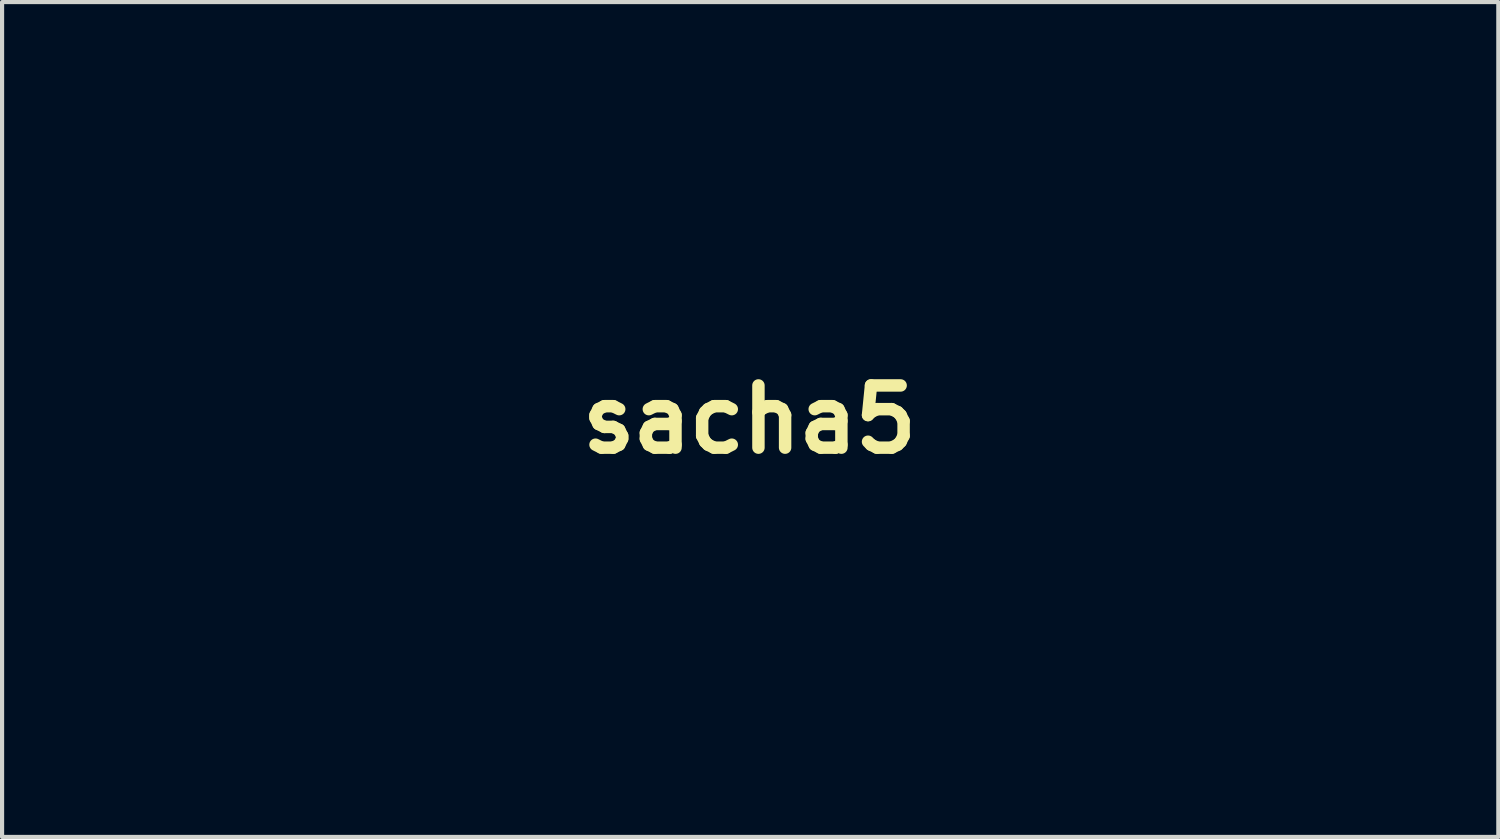
<source format=kicad_pcb>
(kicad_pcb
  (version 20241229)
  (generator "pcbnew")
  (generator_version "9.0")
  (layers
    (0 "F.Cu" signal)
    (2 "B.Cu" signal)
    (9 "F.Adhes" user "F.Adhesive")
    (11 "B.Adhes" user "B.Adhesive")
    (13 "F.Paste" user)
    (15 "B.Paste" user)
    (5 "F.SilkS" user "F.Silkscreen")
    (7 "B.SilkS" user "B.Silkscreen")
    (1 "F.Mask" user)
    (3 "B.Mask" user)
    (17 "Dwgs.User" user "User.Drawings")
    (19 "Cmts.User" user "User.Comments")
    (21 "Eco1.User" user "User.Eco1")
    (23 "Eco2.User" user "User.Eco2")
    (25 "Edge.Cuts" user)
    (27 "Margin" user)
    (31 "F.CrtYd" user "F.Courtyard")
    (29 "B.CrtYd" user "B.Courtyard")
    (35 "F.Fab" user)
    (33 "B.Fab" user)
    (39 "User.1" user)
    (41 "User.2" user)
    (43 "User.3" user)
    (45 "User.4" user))
  (footprint "sacha5"
    (layer "F.Cu")
    (at 15.024 7.066)
    (property "Reference" "sacha5" (at 0 0 0) (layer "F.SilkS") (effects (font (size 1.5 1.5) (thickness 0.3))))
    (attr board_only exclude_from_pos_files exclude_from_bom)
    (fp_poly (pts (xy -12.827 -4.759) (xy -12.843 -4.743) (xy -12.859 -4.759) (xy -12.843 -4.774)) (stroke (width 0) (type solid)) (fill yes) (layer "F.Mask"))
    (fp_poly (pts (xy -12.7 -1.448) (xy -12.716 -1.432) (xy -12.732 -1.448) (xy -12.716 -1.464)) (stroke (width 0) (type solid)) (fill yes) (layer "F.Mask"))
    (fp_poly (pts (xy -11.077 -0.78) (xy -11.093 -0.764) (xy -11.109 -0.78) (xy -11.093 -0.796)) (stroke (width 0) (type solid)) (fill yes) (layer "F.Mask"))
    (fp_poly (pts (xy -10.727 -2.308) (xy -10.742 -2.292) (xy -10.758 -2.308) (xy -10.742 -2.324)) (stroke (width 0) (type solid)) (fill yes) (layer "F.Mask"))
    (fp_poly (pts (xy -10.695 -2.371) (xy -10.711 -2.355) (xy -10.727 -2.371) (xy -10.711 -2.387)) (stroke (width 0) (type solid)) (fill yes) (layer "F.Mask"))
    (fp_poly (pts (xy -10.281 -5.013) (xy -10.297 -4.997) (xy -10.313 -5.013) (xy -10.297 -5.029)) (stroke (width 0) (type solid)) (fill yes) (layer "F.Mask"))
    (fp_poly (pts (xy -10.185 -2.881) (xy -10.201 -2.865) (xy -10.217 -2.881) (xy -10.201 -2.896)) (stroke (width 0) (type solid)) (fill yes) (layer "F.Mask"))
    (fp_poly (pts (xy -5.316 -2.69) (xy -5.331 -2.674) (xy -5.347 -2.69) (xy -5.331 -2.706)) (stroke (width 0) (type solid)) (fill yes) (layer "F.Mask"))
    (fp_poly (pts (xy -5.284 -1.735) (xy -5.3 -1.719) (xy -5.316 -1.735) (xy -5.3 -1.751)) (stroke (width 0) (type solid)) (fill yes) (layer "F.Mask"))
    (fp_poly (pts (xy -5.22 -2.276) (xy -5.236 -2.26) (xy -5.252 -2.276) (xy -5.236 -2.292)) (stroke (width 0) (type solid)) (fill yes) (layer "F.Mask"))
    (fp_poly (pts (xy -5.188 -3.39) (xy -5.204 -3.374) (xy -5.22 -3.39) (xy -5.204 -3.406)) (stroke (width 0) (type solid)) (fill yes) (layer "F.Mask"))
    (fp_poly (pts (xy -5.093 -3.454) (xy -5.109 -3.438) (xy -5.125 -3.454) (xy -5.109 -3.469)) (stroke (width 0) (type solid)) (fill yes) (layer "F.Mask"))
    (fp_poly (pts (xy -4.934 -1.958) (xy -4.949 -1.942) (xy -4.965 -1.958) (xy -4.949 -1.973)) (stroke (width 0) (type solid)) (fill yes) (layer "F.Mask"))
    (fp_poly (pts (xy -4.934 -1.098) (xy -4.949 -1.082) (xy -4.965 -1.098) (xy -4.949 -1.114)) (stroke (width 0) (type solid)) (fill yes) (layer "F.Mask"))
    (fp_poly (pts (xy -2.737 -1.416) (xy -2.753 -1.401) (xy -2.769 -1.416) (xy -2.753 -1.432)) (stroke (width 0) (type solid)) (fill yes) (layer "F.Mask"))
    (fp_poly (pts (xy -2.419 -0.716) (xy -2.435 -0.7) (xy -2.451 -0.716) (xy -2.435 -0.732)) (stroke (width 0) (type solid)) (fill yes) (layer "F.Mask"))
    (fp_poly (pts (xy -2.228 -1.894) (xy -2.244 -1.878) (xy -2.26 -1.894) (xy -2.244 -1.91)) (stroke (width 0) (type solid)) (fill yes) (layer "F.Mask"))
    (fp_poly (pts (xy -1.496 -2.18) (xy -1.512 -2.164) (xy -1.528 -2.18) (xy -1.512 -2.196)) (stroke (width 0) (type solid)) (fill yes) (layer "F.Mask"))
    (fp_poly (pts (xy 1.05 -3.517) (xy 1.034 -3.501) (xy 1.019 -3.517) (xy 1.034 -3.533)) (stroke (width 0) (type solid)) (fill yes) (layer "F.Mask"))
    (fp_poly (pts (xy 1.337 -1.448) (xy 1.321 -1.432) (xy 1.305 -1.448) (xy 1.321 -1.464)) (stroke (width 0) (type solid)) (fill yes) (layer "F.Mask"))
    (fp_poly (pts (xy 1.432 -1.194) (xy 1.416 -1.178) (xy 1.401 -1.194) (xy 1.416 -1.21)) (stroke (width 0) (type solid)) (fill yes) (layer "F.Mask"))
    (fp_poly (pts (xy 1.496 -3.517) (xy 1.48 -3.501) (xy 1.464 -3.517) (xy 1.48 -3.533)) (stroke (width 0) (type solid)) (fill yes) (layer "F.Mask"))
    (fp_poly (pts (xy 2.865 -3.835) (xy 2.849 -3.82) (xy 2.833 -3.835) (xy 2.849 -3.851)) (stroke (width 0) (type solid)) (fill yes) (layer "F.Mask"))
    (fp_poly (pts (xy 3.215 -3.867) (xy 3.199 -3.851) (xy 3.183 -3.867) (xy 3.199 -3.883)) (stroke (width 0) (type solid)) (fill yes) (layer "F.Mask"))
    (fp_poly (pts (xy 5.443 -1.767) (xy 5.427 -1.751) (xy 5.411 -1.767) (xy 5.427 -1.782)) (stroke (width 0) (type solid)) (fill yes) (layer "F.Mask"))
    (fp_poly (pts (xy 5.507 -1.735) (xy 5.491 -1.719) (xy 5.475 -1.735) (xy 5.491 -1.751)) (stroke (width 0) (type solid)) (fill yes) (layer "F.Mask"))
    (fp_poly (pts (xy -10.292 -3.745) (xy -10.288 -3.708) (xy -10.292 -3.703) (xy -10.31 -3.707) (xy -10.313 -3.724) (xy -10.301 -3.75)) (stroke (width 0) (type solid)) (fill yes) (layer "F.Mask"))
    (fp_poly (pts (xy -5.39 -1.708) (xy -5.386 -1.67) (xy -5.39 -1.666) (xy -5.409 -1.67) (xy -5.411 -1.687) (xy -5.399 -1.713)) (stroke (width 0) (type solid)) (fill yes) (layer "F.Mask"))
    (fp_poly (pts (xy -2.684 -1.549) (xy -2.68 -1.511) (xy -2.684 -1.507) (xy -2.703 -1.511) (xy -2.706 -1.528) (xy -2.694 -1.554)) (stroke (width 0) (type solid)) (fill yes) (layer "F.Mask"))
    (fp_poly (pts (xy -2.207 -0.403) (xy -2.203 -0.365) (xy -2.207 -0.361) (xy -2.226 -0.365) (xy -2.228 -0.382) (xy -2.216 -0.408)) (stroke (width 0) (type solid)) (fill yes) (layer "F.Mask"))
    (fp_poly (pts (xy -1.824 -0.452) (xy -1.821 -0.402) (xy -1.827 -0.391) (xy -1.841 -0.4) (xy -1.844 -0.432) (xy -1.836 -0.466)) (stroke (width 0) (type solid)) (fill yes) (layer "F.Mask"))
    (fp_poly (pts (xy -1.761 4.371) (xy -1.766 4.39) (xy -1.782 4.392) (xy -1.809 4.381) (xy -1.804 4.371) (xy -1.766 4.367)) (stroke (width 0) (type solid)) (fill yes) (layer "F.Mask"))
    (fp_poly (pts (xy -1.284 -2.122) (xy -1.28 -2.084) (xy -1.284 -2.08) (xy -1.303 -2.084) (xy -1.305 -2.101) (xy -1.293 -2.127)) (stroke (width 0) (type solid)) (fill yes) (layer "F.Mask"))
    (fp_poly (pts (xy -0.106 -0.276) (xy -0.102 -0.238) (xy -0.106 -0.233) (xy -0.125 -0.238) (xy -0.127 -0.255) (xy -0.116 -0.281)) (stroke (width 0) (type solid)) (fill yes) (layer "F.Mask"))
    (fp_poly (pts (xy 1.199 -0.993) (xy 1.203 -0.943) (xy 1.197 -0.932) (xy 1.182 -0.941) (xy 1.18 -0.973) (xy 1.188 -1.007)) (stroke (width 0) (type solid)) (fill yes) (layer "F.Mask"))
    (fp_poly (pts (xy 1.263 -1.279) (xy 1.267 -1.229) (xy 1.261 -1.218) (xy 1.246 -1.228) (xy 1.244 -1.26) (xy 1.252 -1.294)) (stroke (width 0) (type solid)) (fill yes) (layer "F.Mask"))
    (fp_poly (pts (xy 4.448 -3.17) (xy 4.438 -3.156) (xy 4.406 -3.154) (xy 4.372 -3.161) (xy 4.387 -3.173) (xy 4.436 -3.177)) (stroke (width 0) (type solid)) (fill yes) (layer "F.Mask"))
    (fp_poly (pts (xy 4.923 -2.408) (xy 4.919 -2.39) (xy 4.902 -2.387) (xy 4.876 -2.399) (xy 4.881 -2.408) (xy 4.918 -2.412)) (stroke (width 0) (type solid)) (fill yes) (layer "F.Mask"))
    (fp_poly (pts (xy 5.4 -1.867) (xy 5.396 -1.848) (xy 5.379 -1.846) (xy 5.353 -1.858) (xy 5.358 -1.867) (xy 5.396 -1.871)) (stroke (width 0) (type solid)) (fill yes) (layer "F.Mask"))
    (fp_poly (pts (xy -10.935 -0.999) (xy -10.89 -0.973) (xy -10.898 -0.957) (xy -10.916 -0.955) (xy -10.959 -0.978) (xy -10.965 -0.986) (xy -10.96 -1.004)) (stroke (width 0) (type solid)) (fill yes) (layer "F.Mask"))
    (fp_poly (pts (xy -5.421 -1.352) (xy -5.439 -1.328) (xy -5.466 -1.308) (xy -5.459 -1.34) (xy -5.457 -1.346) (xy -5.432 -1.385) (xy -5.417 -1.385)) (stroke (width 0) (type solid)) (fill yes) (layer "F.Mask"))
    (fp_poly (pts (xy -5.134 -3.221) (xy -5.113 -3.178) (xy -5.119 -3.16) (xy -5.148 -3.146) (xy -5.182 -3.184) (xy -5.202 -3.235) (xy -5.177 -3.243)) (stroke (width 0) (type solid)) (fill yes) (layer "F.Mask"))
    (fp_poly (pts (xy -4.047 -1.706) (xy -4.013 -1.674) (xy -4.02 -1.655) (xy -4.025 -1.655) (xy -4.051 -1.678) (xy -4.061 -1.692) (xy -4.065 -1.714)) (stroke (width 0) (type solid)) (fill yes) (layer "F.Mask"))
    (fp_poly (pts (xy 1.905 -1.406) (xy 1.919 -1.37) (xy 1.926 -1.314) (xy 1.91 -1.312) (xy 1.889 -1.354) (xy 1.881 -1.405) (xy 1.886 -1.419)) (stroke (width 0) (type solid)) (fill yes) (layer "F.Mask"))
    (fp_poly (pts (xy -10.577 -2.53) (xy -10.595 -2.507) (xy -10.642 -2.457) (xy -10.662 -2.457) (xy -10.663 -2.463) (xy -10.641 -2.489) (xy -10.607 -2.519) (xy -10.57 -2.546)) (stroke (width 0) (type solid)) (fill yes) (layer "F.Mask"))
    (fp_poly (pts (xy 1.577 -1.367) (xy 1.573 -1.357) (xy 1.544 -1.318) (xy 1.51 -1.302) (xy 1.496 -1.317) (xy 1.517 -1.344) (xy 1.544 -1.369) (xy 1.579 -1.393)) (stroke (width 0) (type solid)) (fill yes) (layer "F.Mask"))
    (fp_poly (pts (xy 3.785 -3.878) (xy 3.762 -3.856) (xy 3.756 -3.851) (xy 3.698 -3.823) (xy 3.67 -3.828) (xy 3.676 -3.851) (xy 3.722 -3.879) (xy 3.75 -3.883)) (stroke (width 0) (type solid)) (fill yes) (layer "F.Mask"))
    (fp_poly (pts (xy -10.537 -0.772) (xy -10.504 -0.766) (xy -10.511 -0.751) (xy -10.548 -0.724) (xy -10.589 -0.704) (xy -10.602 -0.701) (xy -10.639 -0.719) (xy -10.642 -0.721) (xy -10.661 -0.76) (xy -10.624 -0.777)) (stroke (width 0) (type solid)) (fill yes) (layer "F.Mask"))
    (fp_poly (pts (xy -5.421 -2.972) (xy -5.411 -2.956) (xy -5.357 -2.908) (xy -5.3 -2.884) (xy -5.24 -2.852) (xy -5.22 -2.816) (xy -5.242 -2.776) (xy -5.298 -2.777) (xy -5.363 -2.812) (xy -5.366 -2.817) (xy -5.284 -2.817) (xy -5.268 -2.801) (xy -5.252 -2.817) (xy -5.268 -2.833) (xy -5.284 -2.817) (xy -5.366 -2.817) (xy -5.414 -2.878) (xy -5.432 -2.932) (xy -5.435 -2.98)) (stroke (width 0) (type solid)) (fill yes) (layer "F.Mask"))
    (fp_poly (pts (xy 4.011 -3.975) (xy 4.106 -3.963) (xy 4.17 -3.947) (xy 4.249 -3.921) (xy 4.162 -3.918) (xy 4.098 -3.906) (xy 4.074 -3.883) (xy 4.046 -3.863) (xy 3.976 -3.854) (xy 3.955 -3.854) (xy 3.889 -3.859) (xy 3.869 -3.869) (xy 3.875 -3.873) (xy 3.902 -3.902) (xy 3.899 -3.915) (xy 3.912 -3.929) (xy 3.955 -3.925) (xy 4.001 -3.919) (xy 3.991 -3.935) (xy 3.979 -3.944) (xy 3.954 -3.968) (xy 3.985 -3.975)) (stroke (width 0) (type solid)) (fill yes) (layer "F.Mask"))
    (fp_poly (pts (xy -10.439 -4.997) (xy -10.386 -4.984) (xy -10.366 -5.005) (xy -10.356 -5.002) (xy -10.349 -4.948) (xy -10.347 -4.908) (xy -10.352 -4.823) (xy -10.368 -4.789) (xy -10.376 -4.79) (xy -10.406 -4.79) (xy -10.408 -4.78) (xy -10.397 -4.728) (xy -10.37 -4.639) (xy -10.333 -4.537) (xy -10.296 -4.444) (xy -10.275 -4.4) (xy -10.255 -4.328) (xy -10.271 -4.294) (xy -10.288 -4.235) (xy -10.278 -4.123) (xy -10.276 -4.112) (xy -10.263 -3.997) (xy -10.266 -3.893) (xy -10.283 -3.818) (xy -10.312 -3.788) (xy -10.313 -3.788) (xy -10.346 -3.811) (xy -10.402 -3.869) (xy -10.435 -3.909) (xy -10.503 -4.004) (xy -10.56 -4.097) (xy -10.573 -4.124) (xy -10.619 -4.214) (xy -10.679 -4.314) (xy -10.687 -4.326) (xy -10.726 -4.398) (xy -10.735 -4.446) (xy -10.73 -4.454) (xy -10.698 -4.503) (xy -10.67 -4.599) (xy -10.647 -4.726) (xy -10.634 -4.869) (xy -10.633 -4.896) (xy -10.622 -4.945) (xy -10.603 -4.952) (xy -10.562 -4.958) (xy -10.536 -4.981) (xy -10.484 -5.011)) (stroke (width 0) (type solid)) (fill yes) (layer "F.Mask"))
    (fp_poly (pts (xy -5.041 -2.047) (xy -5.006 -2.005) (xy -5.008 -1.969) (xy -5.003 -1.921) (xy -4.964 -1.91) (xy -4.904 -1.894) (xy -4.886 -1.877) (xy -4.846 -1.861) (xy -4.831 -1.866) (xy -4.812 -1.868) (xy -4.819 -1.851) (xy -4.815 -1.81) (xy -4.792 -1.795) (xy -4.753 -1.757) (xy -4.744 -1.703) (xy -4.766 -1.662) (xy -4.79 -1.655) (xy -4.833 -1.638) (xy -4.838 -1.624) (xy -4.811 -1.602) (xy -4.766 -1.6) (xy -4.726 -1.599) (xy -4.707 -1.579) (xy -4.708 -1.527) (xy -4.728 -1.433) (xy -4.747 -1.358) (xy -4.771 -1.285) (xy -4.792 -1.252) (xy -4.797 -1.253) (xy -4.835 -1.255) (xy -4.873 -1.239) (xy -4.915 -1.224) (xy -4.916 -1.25) (xy -4.914 -1.256) (xy -4.887 -1.296) (xy -4.875 -1.3) (xy -4.816 -1.306) (xy -4.79 -1.353) (xy -4.787 -1.423) (xy -4.807 -1.53) (xy -4.867 -1.613) (xy -4.963 -1.681) (xy -5.022 -1.704) (xy -5.058 -1.7) (xy -5.057 -1.677) (xy -5.029 -1.655) (xy -4.999 -1.622) (xy -5.003 -1.607) (xy -5.046 -1.599) (xy -5.094 -1.634) (xy -5.132 -1.695) (xy -5.144 -1.755) (xy -5.134 -1.82) (xy -5.115 -1.846) (xy -5.115 -1.846) (xy -5.061 -1.846) (xy -5.037 -1.815) (xy -5.029 -1.814) (xy -4.998 -1.839) (xy -4.997 -1.846) (xy -5.021 -1.877) (xy -5.029 -1.878) (xy -5.06 -1.854) (xy -5.061 -1.846) (xy -5.115 -1.846) (xy -5.103 -1.866) (xy -5.109 -1.878) (xy -5.146 -1.908) (xy -5.177 -1.898) (xy -5.18 -1.871) (xy -5.201 -1.838) (xy -5.252 -1.821) (xy -5.297 -1.817) (xy -5.299 -1.83) (xy -5.254 -1.867) (xy -5.222 -1.891) (xy -5.148 -1.942) (xy -5.094 -1.971) (xy -5.083 -1.973) (xy -5.067 -1.997) (xy -5.072 -2.02) (xy -5.071 -2.052)) (stroke (width 0) (type solid)) (fill yes) (layer "F.Mask"))
    (fp_poly (pts (xy -6.772 -1.532) (xy -6.703 -1.516) (xy -6.632 -1.492) (xy -6.527 -1.458) (xy -6.44 -1.437) (xy -6.405 -1.432) (xy -6.341 -1.405) (xy -6.277 -1.336) (xy -6.227 -1.245) (xy -6.207 -1.155) (xy -6.207 -1.153) (xy -6.221 -1.072) (xy -6.258 -0.966) (xy -6.286 -0.905) (xy -6.331 -0.807) (xy -6.36 -0.726) (xy -6.366 -0.694) (xy -6.396 -0.617) (xy -6.481 -0.539) (xy -6.611 -0.463) (xy -6.779 -0.395) (xy -6.974 -0.339) (xy -7.028 -0.327) (xy -7.174 -0.303) (xy -7.263 -0.3) (xy -7.295 -0.312) (xy -7.347 -0.324) (xy -7.446 -0.301) (xy -7.473 -0.292) (xy -7.567 -0.264) (xy -7.621 -0.263) (xy -7.629 -0.271) (xy -7.66 -0.338) (xy -7.703 -0.361) (xy -7.772 -0.346) (xy -7.832 -0.321) (xy -7.922 -0.285) (xy -7.976 -0.278) (xy -8.015 -0.297) (xy -8.021 -0.302) (xy -8.08 -0.329) (xy -8.128 -0.312) (xy -8.185 -0.296) (xy -8.212 -0.318) (xy -8.236 -0.341) (xy -8.25 -0.317) (xy -8.291 -0.284) (xy -8.376 -0.267) (xy -8.486 -0.264) (xy -8.604 -0.277) (xy -8.711 -0.304) (xy -8.743 -0.318) (xy -8.874 -0.399) (xy -8.899 -0.43) (xy -7.735 -0.43) (xy -7.719 -0.414) (xy -7.703 -0.43) (xy -7.719 -0.446) (xy -7.735 -0.43) (xy -8.899 -0.43) (xy -8.957 -0.501) (xy -8.999 -0.636) (xy -9.008 -0.775) (xy -9.003 -0.884) (xy -8.991 -0.967) (xy -8.976 -1.003) (xy -8.949 -1.048) (xy -8.944 -1.08) (xy -8.917 -1.134) (xy -8.876 -1.156) (xy -8.809 -1.153) (xy -8.733 -1.123) (xy -8.674 -1.079) (xy -8.658 -1.045) (xy -8.637 -1.03) (xy -8.622 -1.037) (xy -8.569 -1.052) (xy -8.482 -1.064) (xy -8.455 -1.066) (xy -8.26 -1.082) (xy -8.092 -1.103) (xy -7.961 -1.127) (xy -7.879 -1.153) (xy -7.862 -1.163) (xy -7.796 -1.201) (xy -7.719 -1.228) (xy -7.636 -1.257) (xy -7.528 -1.305) (xy -7.462 -1.338) (xy -7.349 -1.39) (xy -7.203 -1.443) (xy -7.057 -1.486) (xy -7.05 -1.488) (xy -6.925 -1.518) (xy -6.839 -1.533)) (stroke (width 0) (type solid)) (fill yes) (layer "F.Mask"))
    (fp_poly (pts (xy 15.055 -3.469) (xy 15.055 -2.997) (xy 15.055 -2.542) (xy 15.054 -2.11) (xy 15.053 -1.703) (xy 15.052 -1.327) (xy 15.051 -0.985) (xy 15.05 -0.682) (xy 15.048 -0.42) (xy 15.046 -0.205) (xy 15.044 -0.04) (xy 15.042 0.071) (xy 15.04 0.123) (xy 15.039 0.127) (xy 15.025 0.101) (xy 15.024 0.081) (xy 14.999 0.025) (xy 14.981 0.01) (xy 14.941 -0.029) (xy 14.881 -0.103) (xy 14.817 -0.191) (xy 14.703 -0.351) (xy 14.608 -0.473) (xy 14.518 -0.57) (xy 14.417 -0.658) (xy 14.292 -0.753) (xy 14.255 -0.779) (xy 14.084 -0.902) (xy 13.945 -1.006) (xy 13.817 -1.109) (xy 13.679 -1.225) (xy 13.595 -1.298) (xy 13.491 -1.385) (xy 13.389 -1.463) (xy 13.318 -1.512) (xy 13.195 -1.592) (xy 13.036 -1.702) (xy 12.854 -1.834) (xy 12.664 -1.977) (xy 12.477 -2.121) (xy 12.381 -2.198) (xy 12.148 -2.396) (xy 11.956 -2.581) (xy 11.809 -2.747) (xy 11.712 -2.89) (xy 11.698 -2.917) (xy 11.586 -3.119) (xy 11.434 -3.339) (xy 11.254 -3.561) (xy 11.074 -3.753) (xy 10.969 -3.834) (xy 10.817 -3.921) (xy 10.631 -4.007) (xy 10.426 -4.087) (xy 10.217 -4.153) (xy 10.2 -4.157) (xy 9.843 -4.227) (xy 9.446 -4.26) (xy 9.018 -4.255) (xy 8.769 -4.235) (xy 8.529 -4.216) (xy 8.332 -4.216) (xy 8.158 -4.239) (xy 7.99 -4.288) (xy 7.807 -4.365) (xy 7.753 -4.391) (xy 7.61 -4.453) (xy 7.431 -4.521) (xy 7.245 -4.583) (xy 7.137 -4.615) (xy 6.967 -4.666) (xy 6.794 -4.723) (xy 6.643 -4.778) (xy 6.564 -4.811) (xy 6.405 -4.88) (xy 6.249 -4.94) (xy 6.11 -4.989) (xy 6.002 -5.02) (xy 5.949 -5.028) (xy 5.839 -5.048) (xy 5.686 -5.103) (xy 5.5 -5.189) (xy 5.29 -5.3) (xy 5.062 -5.433) (xy 4.827 -5.584) (xy 4.727 -5.652) (xy 4.639 -5.708) (xy 4.537 -5.761) (xy 4.414 -5.815) (xy 4.26 -5.872) (xy 4.066 -5.936) (xy 3.825 -6.011) (xy 3.644 -6.065) (xy 3.481 -6.119) (xy 3.293 -6.189) (xy 3.113 -6.263) (xy 3.056 -6.288) (xy 2.816 -6.385) (xy 2.526 -6.483) (xy 2.197 -6.577) (xy 1.894 -6.651) (xy 1.774 -6.685) (xy 1.659 -6.728) (xy 1.623 -6.744) (xy 1.522 -6.787) (xy 1.4 -6.828) (xy 1.356 -6.84) (xy 1.231 -6.864) (xy 1.061 -6.887) (xy 0.864 -6.908) (xy 0.659 -6.925) (xy 0.464 -6.937) (xy 0.297 -6.941) (xy 0.223 -6.94) (xy 0.011 -6.933) (xy -0.235 -6.931) (xy -0.506 -6.931) (xy -0.794 -6.935) (xy -1.089 -6.941) (xy -1.382 -6.95) (xy -1.664 -6.961) (xy -1.926 -6.974) (xy -2.158 -6.988) (xy -2.353 -7.004) (xy -2.5 -7.02) (xy -2.578 -7.034) (xy -2.556 -7.036) (xy -2.473 -7.038) (xy -2.331 -7.04) (xy -2.134 -7.042) (xy -1.882 -7.044) (xy -1.579 -7.046) (xy -1.228 -7.048) (xy -0.831 -7.05) (xy -0.39 -7.052) (xy 0.092 -7.053) (xy 0.612 -7.055) (xy 1.169 -7.056) (xy 1.759 -7.058) (xy 2.38 -7.059) (xy 3.03 -7.06) (xy 3.705 -7.061) (xy 4.405 -7.062) (xy 5.125 -7.062) (xy 5.863 -7.063) (xy 6.183 -7.063) (xy 15.055 -7.066)) (stroke (width 0) (type solid)) (fill yes) (layer "F.Mask"))
    (fp_poly (pts (xy 2.968 -3.863) (xy 2.928 -3.814) (xy 2.865 -3.752) (xy 2.721 -3.622) (xy 2.855 -3.689) (xy 2.95 -3.732) (xy 3.014 -3.752) (xy 3.038 -3.75) (xy 3.015 -3.724) (xy 2.968 -3.693) (xy 2.901 -3.647) (xy 2.866 -3.614) (xy 2.865 -3.61) (xy 2.891 -3.599) (xy 2.956 -3.607) (xy 3.04 -3.627) (xy 3.121 -3.656) (xy 3.169 -3.68) (xy 3.23 -3.706) (xy 3.259 -3.697) (xy 3.251 -3.663) (xy 3.226 -3.647) (xy 3.19 -3.622) (xy 3.191 -3.61) (xy 3.228 -3.611) (xy 3.297 -3.638) (xy 3.315 -3.647) (xy 3.407 -3.676) (xy 3.539 -3.697) (xy 3.693 -3.708) (xy 3.848 -3.709) (xy 3.986 -3.7) (xy 4.086 -3.679) (xy 4.105 -3.671) (xy 4.195 -3.64) (xy 4.297 -3.624) (xy 4.36 -3.62) (xy 4.362 -3.612) (xy 4.332 -3.605) (xy 4.282 -3.59) (xy 4.291 -3.569) (xy 4.3 -3.563) (xy 4.32 -3.541) (xy 4.282 -3.534) (xy 4.271 -3.534) (xy 4.222 -3.522) (xy 4.217 -3.501) (xy 4.212 -3.473) (xy 4.196 -3.469) (xy 4.185 -3.457) (xy 4.214 -3.429) (xy 4.267 -3.395) (xy 4.326 -3.368) (xy 4.367 -3.357) (xy 4.427 -3.343) (xy 4.446 -3.332) (xy 4.427 -3.321) (xy 4.359 -3.312) (xy 4.254 -3.306) (xy 4.231 -3.306) (xy 4.132 -3.302) (xy 4.079 -3.297) (xy 4.079 -3.29) (xy 4.09 -3.288) (xy 4.202 -3.262) (xy 4.286 -3.221) (xy 4.327 -3.173) (xy 4.329 -3.162) (xy 4.355 -3.127) (xy 4.392 -3.119) (xy 4.444 -3.107) (xy 4.456 -3.09) (xy 4.484 -3.063) (xy 4.55 -3.04) (xy 4.552 -3.04) (xy 4.627 -3.014) (xy 4.642 -2.987) (xy 4.6 -2.966) (xy 4.512 -2.956) (xy 4.447 -2.951) (xy 4.432 -2.942) (xy 4.449 -2.938) (xy 4.497 -2.916) (xy 4.502 -2.894) (xy 4.512 -2.861) (xy 4.542 -2.842) (xy 4.614 -2.801) (xy 4.641 -2.779) (xy 4.703 -2.748) (xy 4.776 -2.737) (xy 4.84 -2.729) (xy 4.853 -2.699) (xy 4.85 -2.69) (xy 4.853 -2.649) (xy 4.873 -2.642) (xy 4.884 -2.628) (xy 4.852 -2.596) (xy 4.817 -2.564) (xy 4.824 -2.541) (xy 4.88 -2.521) (xy 4.949 -2.504) (xy 4.958 -2.495) (xy 4.913 -2.488) (xy 4.854 -2.484) (xy 4.766 -2.478) (xy 4.735 -2.468) (xy 4.757 -2.451) (xy 4.759 -2.451) (xy 4.799 -2.43) (xy 4.783 -2.421) (xy 4.743 -2.418) (xy 4.731 -2.409) (xy 4.774 -2.39) (xy 4.861 -2.365) (xy 4.887 -2.358) (xy 5.005 -2.327) (xy 5.101 -2.298) (xy 5.156 -2.275) (xy 5.158 -2.275) (xy 5.214 -2.252) (xy 5.308 -2.226) (xy 5.377 -2.211) (xy 5.475 -2.186) (xy 5.542 -2.159) (xy 5.562 -2.142) (xy 5.548 -2.112) (xy 5.532 -2.109) (xy 5.471 -2.108) (xy 5.395 -2.104) (xy 5.335 -2.097) (xy 5.332 -2.085) (xy 5.364 -2.07) (xy 5.439 -2.024) (xy 5.476 -1.988) (xy 5.499 -1.955) (xy 5.488 -1.941) (xy 5.433 -1.943) (xy 5.363 -1.952) (xy 5.273 -1.961) (xy 5.236 -1.959) (xy 5.244 -1.942) (xy 5.262 -1.928) (xy 5.297 -1.885) (xy 5.284 -1.862) (xy 5.273 -1.83) (xy 5.306 -1.794) (xy 5.339 -1.764) (xy 5.324 -1.757) (xy 5.263 -1.767) (xy 5.186 -1.771) (xy 5.144 -1.754) (xy 5.147 -1.727) (xy 5.203 -1.7) (xy 5.206 -1.7) (xy 5.259 -1.679) (xy 5.254 -1.657) (xy 5.247 -1.651) (xy 5.229 -1.631) (xy 5.271 -1.624) (xy 5.274 -1.624) (xy 5.336 -1.613) (xy 5.359 -1.598) (xy 5.35 -1.576) (xy 5.304 -1.568) (xy 5.245 -1.576) (xy 5.198 -1.597) (xy 5.145 -1.613) (xy 5.111 -1.594) (xy 5.051 -1.566) (xy 4.961 -1.547) (xy 4.944 -1.545) (xy 4.859 -1.537) (xy 4.802 -1.532) (xy 4.796 -1.531) (xy 4.784 -1.508) (xy 4.789 -1.498) (xy 4.778 -1.467) (xy 4.743 -1.448) (xy 4.691 -1.42) (xy 4.679 -1.398) (xy 4.652 -1.376) (xy 4.602 -1.369) (xy 4.529 -1.355) (xy 4.443 -1.322) (xy 4.361 -1.278) (xy 4.302 -1.233) (xy 4.285 -1.198) (xy 4.285 -1.196) (xy 4.276 -1.197) (xy 4.233 -1.235) (xy 4.191 -1.278) (xy 4.124 -1.341) (xy 4.077 -1.376) (xy 4.063 -1.378) (xy 4.056 -1.39) (xy 4.062 -1.421) (xy 4.047 -1.475) (xy 3.992 -1.52) (xy 3.918 -1.543) (xy 3.86 -1.536) (xy 3.826 -1.533) (xy 3.834 -1.558) (xy 3.839 -1.584) (xy 3.797 -1.578) (xy 3.784 -1.574) (xy 3.713 -1.556) (xy 3.676 -1.552) (xy 3.576 -1.565) (xy 3.479 -1.584) (xy 3.412 -1.605) (xy 3.404 -1.609) (xy 3.352 -1.611) (xy 3.289 -1.589) (xy 3.217 -1.563) (xy 3.156 -1.581) (xy 3.148 -1.586) (xy 3.069 -1.607) (xy 3.027 -1.593) (xy 2.938 -1.578) (xy 2.864 -1.592) (xy 2.771 -1.606) (xy 2.65 -1.609) (xy 2.589 -1.606) (xy 2.482 -1.6) (xy 2.423 -1.611) (xy 2.4 -1.636) (xy 2.375 -1.666) (xy 2.324 -1.656) (xy 2.303 -1.647) (xy 2.237 -1.627) (xy 2.202 -1.647) (xy 2.199 -1.651) (xy 2.169 -1.673) (xy 2.126 -1.644) (xy 2.125 -1.643) (xy 2.077 -1.613) (xy 2.052 -1.617) (xy 2.04 -1.618) (xy 2.045 -1.607) (xy 2.043 -1.559) (xy 2.018 -1.513) (xy 1.985 -1.479) (xy 1.973 -1.485) (xy 1.948 -1.514) (xy 1.926 -1.517) (xy 1.883 -1.5) (xy 1.878 -1.485) (xy 1.863 -1.481) (xy 1.831 -1.514) (xy 1.799 -1.552) (xy 1.786 -1.54) (xy 1.782 -1.48) (xy 1.78 -1.385) (xy 1.734 -1.464) (xy 1.704 -1.569) (xy 1.707 -1.636) (xy 1.712 -1.676) (xy 2.239 -1.676) (xy 2.243 -1.657) (xy 2.26 -1.655) (xy 2.286 -1.667) (xy 2.281 -1.676) (xy 2.243 -1.68) (xy 2.239 -1.676) (xy 1.712 -1.676) (xy 1.715 -1.699) (xy 1.697 -1.714) (xy 1.667 -1.704) (xy 1.598 -1.682) (xy 1.568 -1.678) (xy 1.531 -1.658) (xy 1.528 -1.647) (xy 1.502 -1.6) (xy 1.441 -1.548) (xy 1.369 -1.508) (xy 1.323 -1.497) (xy 1.28 -1.499) (xy 1.288 -1.516) (xy 1.323 -1.543) (xy 1.356 -1.578) (xy 1.345 -1.59) (xy 1.284 -1.566) (xy 1.224 -1.505) (xy 1.184 -1.432) (xy 1.178 -1.399) (xy 1.19 -1.353) (xy 1.217 -1.357) (xy 1.238 -1.363) (xy 1.215 -1.328) (xy 1.189 -1.273) (xy 1.192 -1.244) (xy 1.186 -1.202) (xy 1.147 -1.156) (xy 1.099 -1.104) (xy 1.082 -1.07) (xy 1.063 -1.025) (xy 1.027 -0.976) (xy 0.99 -0.931) (xy 1.003 -0.922) (xy 1.05 -0.932) (xy 1.104 -0.943) (xy 1.101 -0.931) (xy 1.07 -0.907) (xy 1.013 -0.878) (xy 0.982 -0.878) (xy 0.956 -0.872) (xy 0.955 -0.862) (xy 0.929 -0.827) (xy 0.866 -0.785) (xy 0.851 -0.777) (xy 0.748 -0.725) (xy 0.82 -0.793) (xy 0.87 -0.859) (xy 0.89 -0.916) (xy 0.877 -0.936) (xy 0.836 -0.907) (xy 0.783 -0.851) (xy 0.712 -0.782) (xy 0.65 -0.739) (xy 0.626 -0.732) (xy 0.573 -0.712) (xy 0.498 -0.662) (xy 0.462 -0.633) (xy 0.401 -0.585) (xy 0.37 -0.573) (xy 0.369 -0.585) (xy 0.375 -0.63) (xy 0.344 -0.629) (xy 0.285 -0.586) (xy 0.239 -0.541) (xy 0.175 -0.481) (xy 0.127 -0.448) (xy 0.118 -0.446) (xy 0.118 -0.463) (xy 0.158 -0.504) (xy 0.164 -0.508) (xy 0.205 -0.552) (xy 0.199 -0.572) (xy 0.196 -0.572) (xy 0.129 -0.551) (xy 0.05 -0.497) (xy -0.018 -0.431) (xy -0.048 -0.381) (xy -0.081 -0.33) (xy -0.109 -0.318) (xy -0.152 -0.293) (xy -0.184 -0.247) (xy -0.21 -0.208) (xy -0.221 -0.219) (xy -0.231 -0.246) (xy -0.268 -0.225) (xy -0.271 -0.222) (xy -0.32 -0.199) (xy -0.342 -0.204) (xy -0.339 -0.236) (xy -0.317 -0.256) (xy -0.29 -0.28) (xy -0.312 -0.286) (xy -0.339 -0.304) (xy -0.334 -0.318) (xy -0.34 -0.336) (xy -0.365 -0.33) (xy -0.433 -0.273) (xy -0.472 -0.175) (xy -0.477 -0.115) (xy -0.491 -0.046) (xy -0.515 -0.013) (xy -0.538 -0.011) (xy -0.53 -0.047) (xy -0.519 -0.086) (xy -0.544 -0.074) (xy -0.559 -0.062) (xy -0.604 -0.036) (xy -0.635 -0.061) (xy -0.639 -0.066) (xy -0.666 -0.124) (xy -0.67 -0.143) (xy -0.681 -0.138) (xy -0.705 -0.086) (xy -0.714 -0.064) (xy -0.755 0.048) (xy -0.778 -0.058) (xy -0.807 -0.133) (xy -0.844 -0.147) (xy -0.89 -0.157) (xy -0.904 -0.179) (xy -0.925 -0.205) (xy -0.961 -0.188) (xy -0.992 -0.161) (xy -1.063 -0.106) (xy -1.105 -0.101) (xy -1.114 -0.127) (xy -1.141 -0.143) (xy -1.21 -0.138) (xy -1.215 -0.137) (xy -1.282 -0.128) (xy -1.304 -0.145) (xy -1.298 -0.184) (xy -1.295 -0.232) (xy -1.325 -0.233) (xy -1.355 -0.235) (xy -1.35 -0.267) (xy -1.351 -0.308) (xy -1.394 -0.318) (xy -1.456 -0.343) (xy -1.478 -0.373) (xy -1.5 -0.41) (xy -1.526 -0.387) (xy -1.53 -0.381) (xy -1.548 -0.367) (xy -1.548 -0.41) (xy -1.543 -0.441) (xy -1.526 -0.547) (xy -1.624 -0.477) (xy -1.689 -0.435) (xy -1.727 -0.417) (xy -1.73 -0.418) (xy -1.748 -0.452) (xy -1.781 -0.517) (xy -1.782 -0.518) (xy -1.831 -0.583) (xy -1.876 -0.588) (xy -1.908 -0.581) (xy -1.887 -0.608) (xy -1.886 -0.609) (xy -1.849 -0.662) (xy -1.871 -0.696) (xy -1.91 -0.709) (xy -1.953 -0.712) (xy -1.956 -0.697) (xy -1.967 -0.674) (xy -2.002 -0.668) (xy -2.064 -0.653) (xy -2.086 -0.634) (xy -2.115 -0.633) (xy -2.158 -0.683) (xy -2.166 -0.695) (xy -2.224 -0.766) (xy -2.286 -0.81) (xy -2.29 -0.811) (xy -2.291 -0.812) (xy -2.005 -0.812) (xy -1.989 -0.796) (xy -1.973 -0.812) (xy -1.989 -0.828) (xy -2.005 -0.812) (xy -2.291 -0.812) (xy -2.342 -0.849) (xy -2.355 -0.883) (xy -2.362 -0.914) (xy -2.39 -0.897) (xy -2.414 -0.872) (xy -2.466 -0.807) (xy -2.493 -0.762) (xy -2.5 -0.76) (xy -2.497 -0.809) (xy -2.492 -0.843) (xy -2.478 -0.939) (xy -2.468 -1.013) (xy -2.467 -1.024) (xy -2.464 -1.034) (xy -1.528 -1.034) (xy -1.512 -1.019) (xy -1.496 -1.034) (xy -1.512 -1.05) (xy -1.528 -1.034) (xy -2.464 -1.034) (xy -2.444 -1.093) (xy -2.421 -1.127) (xy -2.42 -1.13) (xy -1.56 -1.13) (xy -1.544 -1.114) (xy -1.528 -1.13) (xy -1.544 -1.146) (xy -1.56 -1.13) (xy -2.42 -1.13) (xy -2.396 -1.167) (xy -2.417 -1.181) (xy -2.423 -1.181) (xy -2.486 -1.181) (xy -2.498 -1.179) (xy -2.502 -1.194) (xy -2.469 -1.239) (xy -2.469 -1.239) (xy -2.416 -1.293) (xy -2.397 -1.297) (xy -2.404 -1.254) (xy -2.405 -1.249) (xy -2.405 -1.231) (xy -2.383 -1.265) (xy -2.367 -1.289) (xy -1.91 -1.289) (xy -1.894 -1.273) (xy -1.878 -1.289) (xy -1.894 -1.305) (xy -1.91 -1.289) (xy -2.367 -1.289) (xy -2.347 -1.319) (xy -2.322 -1.337) (xy -2.289 -1.362) (xy -2.279 -1.412) (xy -2.298 -1.452) (xy -2.319 -1.454) (xy -2.312 -1.439) (xy -2.312 -1.395) (xy -2.323 -1.385) (xy -2.353 -1.387) (xy -2.355 -1.399) (xy -2.372 -1.428) (xy -2.379 -1.429) (xy -2.433 -1.429) (xy -2.439 -1.448) (xy -2.425 -1.46) (xy -2.4 -1.49) (xy -2.427 -1.531) (xy -2.432 -1.536) (xy -2.464 -1.579) (xy -2.446 -1.614) (xy -2.434 -1.624) (xy -2.405 -1.671) (xy -2.405 -1.671) (xy 1.305 -1.671) (xy 1.321 -1.655) (xy 1.337 -1.671) (xy 1.321 -1.687) (xy 1.305 -1.671) (xy -2.405 -1.671) (xy -2.408 -1.695) (xy -2.409 -1.713) (xy -2.392 -1.706) (xy -2.343 -1.707) (xy -2.305 -1.733) (xy -2.275 -1.771) (xy -2.296 -1.783) (xy -2.297 -1.783) (xy -2.301 -1.796) (xy -2.259 -1.831) (xy -2.236 -1.846) (xy -2.214 -1.862) (xy -2.133 -1.862) (xy -2.117 -1.846) (xy -2.101 -1.862) (xy -2.117 -1.878) (xy -2.133 -1.862) (xy -2.214 -1.862) (xy -2.169 -1.895) (xy -2.134 -1.936) (xy -2.133 -1.943) (xy -2.11 -1.967) (xy -2.059 -1.961) (xy -2.002 -1.93) (xy -1.982 -1.91) (xy -1.951 -1.883) (xy -1.943 -1.902) (xy -1.915 -1.934) (xy -1.878 -1.942) (xy -1.826 -1.956) (xy -1.814 -1.976) (xy -1.79 -1.995) (xy -1.751 -1.989) (xy -1.699 -1.987) (xy -1.684 -2.027) (xy -1.676 -2.058) (xy -1.666 -2.045) (xy -1.628 -2.007) (xy -1.584 -2.017) (xy -1.558 -2.067) (xy -1.558 -2.077) (xy -1.556 -2.148) (xy -1.527 -2.077) (xy -1.497 -2.022) (xy -1.477 -2.005) (xy -1.468 -2.031) (xy -1.475 -2.077) (xy -1.484 -2.125) (xy -1.47 -2.117) (xy -1.451 -2.093) (xy -1.405 -2.047) (xy -1.377 -2.042) (xy -1.378 -2.08) (xy -1.38 -2.084) (xy -1.379 -2.135) (xy -1.367 -2.149) (xy -1.342 -2.14) (xy -1.337 -2.11) (xy -1.316 -2.051) (xy -1.267 -2.006) (xy -1.212 -1.99) (xy -1.174 -2.01) (xy -1.151 -2.035) (xy -1.146 -2.013) (xy -1.132 -1.975) (xy -1.105 -1.981) (xy -1.084 -2.023) (xy -1.081 -2.045) (xy -1.076 -2.094) (xy -1.056 -2.084) (xy -1.04 -2.064) (xy -1.001 -2.03) (xy -0.954 -2.046) (xy -0.943 -2.054) (xy -0.905 -2.099) (xy -0.904 -2.128) (xy -0.901 -2.15) (xy -0.86 -2.147) (xy -0.803 -2.121) (xy -0.777 -2.119) (xy -0.771 -2.163) (xy -0.775 -2.216) (xy -0.781 -2.29) (xy -0.774 -2.309) (xy -0.749 -2.282) (xy -0.746 -2.279) (xy -0.698 -2.239) (xy -0.658 -2.262) (xy -0.652 -2.281) (xy 5.04 -2.281) (xy 5.044 -2.262) (xy 5.061 -2.26) (xy 5.087 -2.272) (xy 5.082 -2.281) (xy 5.044 -2.285) (xy 5.04 -2.281) (xy -0.652 -2.281) (xy -0.628 -2.347) (xy -0.623 -2.372) (xy -0.602 -2.44) (xy -0.577 -2.467) (xy -0.571 -2.466) (xy -0.547 -2.476) (xy -0.541 -2.507) (xy -0.519 -2.569) (xy -0.466 -2.638) (xy -0.462 -2.642) (xy -0.405 -2.719) (xy -0.381 -2.799) (xy -0.377 -2.851) (xy -0.359 -2.846) (xy -0.35 -2.833) (xy -0.329 -2.815) (xy -0.318 -2.851) (xy -0.315 -2.896) (xy -0.309 -2.954) (xy -0.299 -2.96) (xy -0.296 -2.95) (xy -0.267 -2.912) (xy -0.23 -2.912) (xy -0.214 -2.948) (xy -0.216 -2.959) (xy -0.205 -2.981) (xy -0.192 -2.977) (xy -0.164 -2.931) (xy -0.159 -2.895) (xy -0.15 -2.839) (xy -0.129 -2.833) (xy -0.107 -2.869) (xy -0.094 -2.938) (xy -0.093 -2.952) (xy -0.089 -3.022) (xy -0.079 -3.034) (xy -0.066 -3.008) (xy -0.046 -2.966) (xy -0.031 -2.98) (xy -0.017 -3.02) (xy 0.007 -3.068) (xy 0.031 -3.056) (xy 0.032 -3.056) (xy 0.058 -3.054) (xy 0.097 -3.106) (xy 0.142 -3.203) (xy 0.17 -3.278) (xy 0.182 -3.287) (xy 0.188 -3.242) (xy 0.188 -3.241) (xy 0.199 -3.184) (xy 0.221 -3.138) (xy 0.244 -3.119) (xy 0.255 -3.143) (xy 0.255 -3.147) (xy 0.28 -3.168) (xy 0.318 -3.167) (xy 0.369 -3.17) (xy 0.382 -3.187) (xy 0.402 -3.204) (xy 0.414 -3.199) (xy 0.443 -3.204) (xy 0.446 -3.218) (xy 0.458 -3.241) (xy 0.467 -3.236) (xy 0.502 -3.24) (xy 0.56 -3.279) (xy 0.568 -3.286) (xy 0.619 -3.329) (xy 0.633 -3.328) (xy 0.626 -3.301) (xy 0.621 -3.262) (xy 0.637 -3.263) (xy 0.666 -3.309) (xy 0.668 -3.328) (xy 0.687 -3.369) (xy 0.702 -3.374) (xy 0.72 -3.353) (xy 0.713 -3.334) (xy 0.716 -3.324) (xy 0.719 -3.326) (xy 0.796 -3.326) (xy 0.812 -3.31) (xy 0.828 -3.326) (xy 0.812 -3.342) (xy 0.796 -3.326) (xy 0.719 -3.326) (xy 0.744 -3.344) (xy 1.217 -3.344) (xy 1.222 -3.342) (xy 1.251 -3.365) (xy 1.257 -3.374) (xy 1.265 -3.404) (xy 1.261 -3.406) (xy 1.232 -3.383) (xy 1.225 -3.374) (xy 1.217 -3.344) (xy 0.744 -3.344) (xy 0.755 -3.352) (xy 0.76 -3.356) (xy 0.824 -3.404) (xy 0.859 -3.422) (xy 1.05 -3.422) (xy 1.066 -3.406) (xy 1.082 -3.422) (xy 1.066 -3.438) (xy 1.05 -3.422) (xy 0.859 -3.422) (xy 0.869 -3.426) (xy 0.926 -3.438) (xy 1.003 -3.453) (xy 1.112 -3.477) (xy 1.162 -3.499) (xy 1.158 -3.52) (xy 1.13 -3.534) (xy 1.088 -3.554) (xy 1.105 -3.561) (xy 1.139 -3.563) (xy 1.216 -3.543) (xy 1.281 -3.501) (xy 1.339 -3.456) (xy 1.381 -3.438) (xy 1.393 -3.452) (xy 1.385 -3.469) (xy 1.386 -3.499) (xy 1.397 -3.501) (xy 1.442 -3.484) (xy 1.441 -3.447) (xy 1.395 -3.41) (xy 1.387 -3.406) (xy 1.327 -3.379) (xy 1.305 -3.361) (xy 1.333 -3.363) (xy 1.405 -3.383) (xy 1.428 -3.39) (xy 1.56 -3.39) (xy 1.576 -3.374) (xy 1.591 -3.39) (xy 1.576 -3.406) (xy 1.56 -3.39) (xy 1.428 -3.39) (xy 1.509 -3.415) (xy 1.531 -3.423) (xy 1.647 -3.46) (xy 1.71 -3.473) (xy 1.725 -3.463) (xy 1.718 -3.453) (xy 1.698 -3.413) (xy 1.713 -3.406) (xy 1.744 -3.422) (xy 1.814 -3.422) (xy 1.83 -3.406) (xy 1.846 -3.422) (xy 1.83 -3.438) (xy 1.814 -3.422) (xy 1.744 -3.422) (xy 1.759 -3.429) (xy 1.769 -3.441) (xy 1.816 -3.461) (xy 1.907 -3.458) (xy 1.912 -3.457) (xy 1.993 -3.451) (xy 2.044 -3.459) (xy 2.05 -3.464) (xy 2.087 -3.485) (xy 2.168 -3.513) (xy 2.245 -3.533) (xy 2.392 -3.584) (xy 2.507 -3.655) (xy 2.521 -3.666) (xy 2.591 -3.723) (xy 2.648 -3.754) (xy 2.659 -3.756) (xy 2.712 -3.777) (xy 2.721 -3.788) (xy 2.765 -3.818) (xy 2.775 -3.82) (xy 2.786 -3.801) (xy 2.765 -3.767) (xy 2.742 -3.735) (xy 2.755 -3.734) (xy 2.815 -3.762) (xy 2.825 -3.768) (xy 2.893 -3.81) (xy 2.927 -3.847) (xy 2.928 -3.852) (xy 2.953 -3.88) (xy 2.968 -3.882)) (stroke (width 0) (type solid)) (fill yes) (layer "F.Mask"))
    (fp_poly (pts (xy -9.541 -7.063) (xy -8.917 -7.062) (xy -8.32 -7.062) (xy -7.751 -7.06) (xy -7.215 -7.059) (xy -6.712 -7.058) (xy -6.247 -7.056) (xy -5.822 -7.054) (xy -5.438 -7.051) (xy -5.101 -7.049) (xy -4.81 -7.047) (xy -4.571 -7.044) (xy -4.385 -7.041) (xy -4.254 -7.038) (xy -4.182 -7.035) (xy -4.17 -7.032) (xy -4.239 -7.022) (xy -4.359 -7.012) (xy -4.514 -7.002) (xy -4.693 -6.995) (xy -4.806 -6.991) (xy -4.99 -6.984) (xy -5.158 -6.974) (xy -5.297 -6.962) (xy -5.394 -6.949) (xy -5.427 -6.941) (xy -5.466 -6.925) (xy -5.518 -6.903) (xy -5.588 -6.871) (xy -5.685 -6.826) (xy -5.816 -6.764) (xy -5.987 -6.683) (xy -6.206 -6.578) (xy -6.286 -6.54) (xy -6.46 -6.458) (xy -6.596 -6.4) (xy -6.714 -6.361) (xy -6.833 -6.335) (xy -6.971 -6.318) (xy -7.149 -6.305) (xy -7.211 -6.301) (xy -7.381 -6.289) (xy -7.535 -6.274) (xy -7.658 -6.258) (xy -7.735 -6.244) (xy -7.746 -6.24) (xy -7.843 -6.216) (xy -7.943 -6.207) (xy -8.019 -6.196) (xy -8.14 -6.167) (xy -8.289 -6.124) (xy -8.452 -6.072) (xy -8.613 -6.016) (xy -8.757 -5.961) (xy -8.865 -5.914) (xy -8.948 -5.877) (xy -9.072 -5.825) (xy -9.218 -5.766) (xy -9.321 -5.726) (xy -9.48 -5.663) (xy -9.639 -5.596) (xy -9.775 -5.535) (xy -9.837 -5.506) (xy -9.944 -5.456) (xy -10.035 -5.422) (xy -10.087 -5.411) (xy -10.149 -5.396) (xy -10.17 -5.378) (xy -10.216 -5.352) (xy -10.244 -5.352) (xy -10.334 -5.352) (xy -10.469 -5.336) (xy -10.631 -5.308) (xy -10.805 -5.271) (xy -10.973 -5.229) (xy -11.12 -5.186) (xy -11.228 -5.144) (xy -11.236 -5.14) (xy -11.347 -5.092) (xy -11.456 -5.054) (xy -11.49 -5.046) (xy -11.588 -5.011) (xy -11.691 -4.952) (xy -11.716 -4.934) (xy -11.846 -4.848) (xy -11.983 -4.796) (xy -12.136 -4.777) (xy -12.314 -4.791) (xy -12.526 -4.839) (xy -12.782 -4.919) (xy -12.832 -4.937) (xy -13.023 -5.004) (xy -13.172 -5.05) (xy -13.296 -5.082) (xy -13.412 -5.101) (xy -13.537 -5.113) (xy -13.598 -5.116) (xy -13.803 -5.12) (xy -13.953 -5.105) (xy -14.058 -5.07) (xy -14.123 -5.012) (xy -14.135 -4.993) (xy -14.145 -4.909) (xy -14.107 -4.796) (xy -14.024 -4.66) (xy -13.9 -4.509) (xy -13.739 -4.348) (xy -13.729 -4.339) (xy -13.52 -4.148) (xy -13.356 -3.992) (xy -13.232 -3.868) (xy -13.145 -3.77) (xy -13.089 -3.692) (xy -13.062 -3.63) (xy -13.059 -3.579) (xy -13.075 -3.533) (xy -13.081 -3.523) (xy -13.123 -3.452) (xy -13.175 -3.352) (xy -13.246 -3.209) (xy -13.248 -3.204) (xy -13.259 -3.133) (xy -13.25 -3.022) (xy -13.242 -2.98) (xy -13.227 -2.871) (xy -13.233 -2.773) (xy -13.265 -2.664) (xy -13.326 -2.525) (xy -13.345 -2.488) (xy -13.391 -2.431) (xy -13.477 -2.351) (xy -13.591 -2.258) (xy -13.718 -2.163) (xy -13.847 -2.074) (xy -13.962 -2.004) (xy -14.008 -1.98) (xy -14.093 -1.942) (xy -14.221 -1.889) (xy -14.373 -1.829) (xy -14.527 -1.769) (xy -14.712 -1.698) (xy -14.841 -1.643) (xy -14.919 -1.603) (xy -14.951 -1.575) (xy -14.943 -1.555) (xy -14.925 -1.548) (xy -14.881 -1.542) (xy -14.784 -1.534) (xy -14.643 -1.524) (xy -14.469 -1.512) (xy -14.272 -1.501) (xy -14.214 -1.497) (xy -13.971 -1.483) (xy -13.782 -1.468) (xy -13.639 -1.452) (xy -13.533 -1.432) (xy -13.455 -1.407) (xy -13.396 -1.374) (xy -13.346 -1.332) (xy -13.324 -1.308) (xy -13.253 -1.258) (xy -13.188 -1.241) (xy -13.131 -1.231) (xy -13.114 -1.212) (xy -13.088 -1.179) (xy -13.053 -1.163) (xy -12.99 -1.128) (xy -12.917 -1.068) (xy -12.91 -1.061) (xy -12.864 -1.006) (xy -12.838 -0.944) (xy -12.829 -0.855) (xy -12.827 -0.774) (xy -12.812 -0.593) (xy -12.769 -0.463) (xy -12.698 -0.386) (xy -12.661 -0.371) (xy -12.607 -0.364) (xy -12.501 -0.359) (xy -12.354 -0.355) (xy -12.178 -0.352) (xy -11.989 -0.351) (xy -11.78 -0.351) (xy -11.626 -0.352) (xy -11.52 -0.356) (xy -11.452 -0.363) (xy -11.415 -0.373) (xy -11.401 -0.388) (xy -11.401 -0.406) (xy -11.434 -0.453) (xy -11.461 -0.462) (xy -11.55 -0.49) (xy -11.644 -0.562) (xy -11.725 -0.664) (xy -11.743 -0.696) (xy -11.823 -0.815) (xy -11.941 -0.945) (xy -12.082 -1.073) (xy -12.229 -1.185) (xy -12.366 -1.267) (xy -12.433 -1.294) (xy -12.526 -1.33) (xy -12.589 -1.366) (xy -12.605 -1.388) (xy -12.625 -1.44) (xy -12.66 -1.483) (xy -12.685 -1.512) (xy -10.281 -1.512) (xy -10.265 -1.496) (xy -10.249 -1.512) (xy -10.265 -1.528) (xy -10.281 -1.512) (xy -12.685 -1.512) (xy -12.703 -1.533) (xy -12.716 -1.557) (xy -12.736 -1.59) (xy -12.786 -1.645) (xy -12.791 -1.651) (xy -12.838 -1.707) (xy -12.839 -1.74) (xy -12.823 -1.754) (xy -12.755 -1.778) (xy -12.716 -1.782) (xy -12.675 -1.788) (xy -12.692 -1.809) (xy -12.699 -1.813) (xy -12.698 -1.827) (xy -12.649 -1.832) (xy -12.563 -1.831) (xy -12.456 -1.823) (xy -12.341 -1.81) (xy -12.232 -1.794) (xy -12.141 -1.775) (xy -12.111 -1.766) (xy -11.945 -1.715) (xy -11.824 -1.696) (xy -11.739 -1.706) (xy -11.679 -1.746) (xy -11.619 -1.788) (xy -11.612 -1.789) (xy -10.37 -1.789) (xy -10.365 -1.743) (xy -10.349 -1.658) (xy -10.345 -1.613) (xy -10.328 -1.57) (xy -10.305 -1.568) (xy -10.277 -1.606) (xy -10.277 -1.607) (xy -10.217 -1.607) (xy -10.201 -1.591) (xy -10.185 -1.607) (xy -10.201 -1.623) (xy -10.217 -1.607) (xy -10.277 -1.607) (xy -10.276 -1.643) (xy -10.297 -1.698) (xy -10.314 -1.713) (xy -10.329 -1.746) (xy -10.324 -1.769) (xy -10.328 -1.808) (xy -10.345 -1.814) (xy -10.37 -1.789) (xy -11.612 -1.789) (xy -11.57 -1.794) (xy -11.529 -1.795) (xy -11.522 -1.811) (xy -11.496 -1.842) (xy -11.473 -1.846) (xy -11.442 -1.862) (xy -10.281 -1.862) (xy -10.265 -1.846) (xy -10.249 -1.862) (xy -10.265 -1.878) (xy -10.281 -1.862) (xy -11.442 -1.862) (xy -11.44 -1.863) (xy -11.446 -1.883) (xy -11.45 -1.905) (xy -11.437 -1.9) (xy -11.39 -1.9) (xy -11.321 -1.926) (xy -10.345 -1.926) (xy -10.329 -1.91) (xy -10.313 -1.926) (xy -10.329 -1.942) (xy -10.345 -1.926) (xy -11.321 -1.926) (xy -11.319 -1.927) (xy -11.317 -1.927) (xy -11.235 -1.961) (xy -11.17 -1.973) (xy -11.069 -1.995) (xy -10.143 -1.995) (xy -10.139 -1.976) (xy -10.122 -1.973) (xy -10.096 -1.985) (xy -10.101 -1.995) (xy -10.138 -1.998) (xy -10.143 -1.995) (xy -11.069 -1.995) (xy -11.064 -1.996) (xy -10.975 -2.053) (xy -10.928 -2.129) (xy -10.911 -2.183) (xy -10.897 -2.178) (xy -10.884 -2.147) (xy -10.866 -2.11) (xy -10.847 -2.121) (xy -10.821 -2.173) (xy -10.789 -2.231) (xy -10.76 -2.238) (xy -10.722 -2.208) (xy -10.677 -2.173) (xy -10.655 -2.184) (xy -10.644 -2.208) (xy -10.613 -2.242) (xy -10.592 -2.24) (xy -10.553 -2.248) (xy -10.497 -2.295) (xy -10.484 -2.309) (xy -10.434 -2.392) (xy -10.41 -2.483) (xy -10.415 -2.559) (xy -10.44 -2.594) (xy -10.465 -2.626) (xy -10.44 -2.626) (xy -10.424 -2.61) (xy -10.408 -2.626) (xy -10.424 -2.642) (xy -10.44 -2.626) (xy -10.465 -2.626) (xy -10.47 -2.632) (xy -10.45 -2.69) (xy -10.443 -2.703) (xy -10.413 -2.73) (xy -10.375 -2.709) (xy -10.362 -2.696) (xy -10.305 -2.662) (xy -10.267 -2.661) (xy -10.216 -2.657) (xy -10.202 -2.644) (xy -10.164 -2.623) (xy -10.151 -2.627) (xy -10.124 -2.623) (xy -10.122 -2.612) (xy -10.146 -2.58) (xy -10.156 -2.578) (xy -10.164 -2.56) (xy -10.14 -2.528) (xy -10.099 -2.46) (xy -10.09 -2.415) (xy -10.08 -2.37) (xy -10.066 -2.366) (xy -10.046 -2.351) (xy -10.038 -2.307) (xy -10.02 -2.227) (xy -9.984 -2.135) (xy -9.982 -2.13) (xy -9.947 -2.049) (xy -9.931 -1.986) (xy -9.931 -1.982) (xy -9.908 -1.929) (xy -9.859 -1.876) (xy -9.821 -1.835) (xy -9.826 -1.815) (xy -9.827 -1.815) (xy -9.864 -1.838) (xy -9.867 -1.851) (xy -9.88 -1.873) (xy -9.888 -1.868) (xy -9.927 -1.866) (xy -9.949 -1.88) (xy -9.986 -1.896) (xy -10.014 -1.866) (xy -10.039 -1.782) (xy -10.043 -1.764) (xy -10.067 -1.643) (xy -10.073 -1.564) (xy -10.062 -1.508) (xy -10.053 -1.489) (xy -10.047 -1.426) (xy -10.083 -1.375) (xy -10.123 -1.32) (xy -10.131 -1.284) (xy -10.146 -1.245) (xy -10.198 -1.184) (xy -10.24 -1.144) (xy -10.299 -1.088) (xy -10.322 -1.058) (xy -10.313 -1.056) (xy -10.275 -1.051) (xy -10.265 -0.999) (xy -10.278 -0.944) (xy -10.315 -0.94) (xy -10.371 -0.931) (xy -10.437 -0.888) (xy -10.501 -0.843) (xy -10.559 -0.845) (xy -10.578 -0.852) (xy -10.647 -0.885) (xy -10.567 -0.918) (xy -10.524 -0.942) (xy -10.531 -0.953) (xy -10.531 -0.953) (xy -10.55 -0.969) (xy -10.533 -1.02) (xy -10.507 -1.068) (xy -10.464 -1.153) (xy -10.441 -1.224) (xy -10.44 -1.236) (xy -10.417 -1.297) (xy -10.376 -1.345) (xy -10.332 -1.4) (xy -10.312 -1.456) (xy -10.322 -1.492) (xy -10.337 -1.495) (xy -10.371 -1.473) (xy -10.425 -1.418) (xy -10.44 -1.4) (xy -10.517 -1.311) (xy -10.6 -1.219) (xy -10.68 -1.132) (xy -10.748 -1.061) (xy -10.794 -1.017) (xy -10.808 -1.008) (xy -10.807 -1.011) (xy -10.812 -1.044) (xy -10.844 -1.051) (xy -10.923 -1.059) (xy -10.972 -1.07) (xy -11.021 -1.076) (xy -11.035 -1.046) (xy -11.031 -0.994) (xy -11.019 -0.899) (xy -11.113 -0.946) (xy -11.23 -1.038) (xy -11.305 -1.175) (xy -11.317 -1.217) (xy -11.344 -1.287) (xy -11.37 -1.302) (xy -11.381 -1.262) (xy -11.375 -1.213) (xy -11.372 -1.139) (xy -11.392 -1.1) (xy -11.427 -1.053) (xy -11.411 -1.008) (xy -11.353 -0.987) (xy -11.351 -0.987) (xy -11.275 -0.968) (xy -11.236 -0.939) (xy -11.22 -0.909) (xy -11.243 -0.895) (xy -11.317 -0.89) (xy -11.335 -0.89) (xy -11.419 -0.888) (xy -11.447 -0.879) (xy -11.431 -0.857) (xy -11.413 -0.842) (xy -11.373 -0.809) (xy -11.387 -0.797) (xy -11.437 -0.796) (xy -11.499 -0.784) (xy -11.522 -0.759) (xy -11.541 -0.75) (xy -11.586 -0.78) (xy -11.632 -0.816) (xy -11.649 -0.806) (xy -11.65 -0.79) (xy -11.628 -0.734) (xy -11.584 -0.683) (xy -11.532 -0.645) (xy -11.478 -0.644) (xy -11.417 -0.666) (xy -11.325 -0.695) (xy -11.205 -0.723) (xy -11.142 -0.734) (xy -11.036 -0.746) (xy -10.974 -0.741) (xy -10.938 -0.716) (xy -10.933 -0.71) (xy -10.9 -0.632) (xy -10.911 -0.565) (xy -10.96 -0.527) (xy -10.982 -0.524) (xy -11.045 -0.509) (xy -11.069 -0.485) (xy -11.106 -0.449) (xy -11.164 -0.459) (xy -11.204 -0.493) (xy -11.257 -0.537) (xy -11.295 -0.52) (xy -11.312 -0.485) (xy -11.34 -0.412) (xy -11.352 -0.385) (xy -11.352 -0.361) (xy -11.32 -0.352) (xy -11.242 -0.354) (xy -11.173 -0.361) (xy -10.99 -0.387) (xy -10.777 -0.427) (xy -10.552 -0.478) (xy -10.335 -0.534) (xy -10.145 -0.591) (xy -10.014 -0.638) (xy -9.876 -0.689) (xy -9.782 -0.705) (xy -9.719 -0.683) (xy -9.676 -0.62) (xy -9.651 -0.55) (xy -9.603 -0.448) (xy -9.53 -0.349) (xy -9.51 -0.329) (xy -9.433 -0.266) (xy -9.345 -0.217) (xy -9.238 -0.181) (xy -9.106 -0.156) (xy -8.94 -0.142) (xy -8.734 -0.138) (xy -8.481 -0.143) (xy -8.172 -0.156) (xy -8.132 -0.158) (xy -7.739 -0.184) (xy -7.4 -0.218) (xy -7.106 -0.261) (xy -6.849 -0.316) (xy -6.619 -0.382) (xy -6.614 -0.384) (xy -6.513 -0.416) (xy -6.437 -0.436) (xy -6.406 -0.439) (xy -6.362 -0.442) (xy -6.283 -0.466) (xy -6.16 -0.514) (xy -5.989 -0.589) (xy -5.952 -0.605) (xy -5.785 -0.674) (xy -5.643 -0.716) (xy -5.494 -0.74) (xy -5.427 -0.746) (xy -5.276 -0.757) (xy -5.175 -0.767) (xy -5.11 -0.777) (xy -5.068 -0.79) (xy -5.034 -0.809) (xy -5.032 -0.809) (xy -4.968 -0.829) (xy -4.845 -0.843) (xy -4.66 -0.853) (xy -4.432 -0.857) (xy -4.323 -0.861) (xy -4.263 -0.871) (xy -4.238 -0.893) (xy -4.233 -0.923) (xy -4.224 -0.971) (xy -4.209 -0.979) (xy -4.181 -0.995) (xy -4.178 -1.003) (xy -4.196 -1.036) (xy -4.25 -1.062) (xy -4.311 -1.073) (xy -4.351 -1.061) (xy -4.354 -1.055) (xy -4.382 -1.035) (xy -4.427 -1.052) (xy -4.477 -1.066) (xy -4.484 -1.04) (xy -4.448 -0.987) (xy -4.425 -0.958) (xy -4.448 -0.972) (xy -4.456 -0.978) (xy -4.506 -1.03) (xy -4.557 -1.104) (xy -4.583 -1.154) (xy -4.591 -1.2) (xy -4.58 -1.26) (xy -4.549 -1.352) (xy -4.524 -1.417) (xy -4.467 -1.549) (xy -4.414 -1.632) (xy -4.357 -1.678) (xy -4.352 -1.681) (xy -4.291 -1.717) (xy -4.265 -1.744) (xy -4.238 -1.761) (xy -4.189 -1.767) (xy -4.135 -1.76) (xy -4.124 -1.747) (xy -4.113 -1.714) (xy -4.078 -1.674) (xy -4.031 -1.64) (xy -3.991 -1.648) (xy -3.948 -1.679) (xy -3.893 -1.752) (xy -3.872 -1.822) (xy -3.847 -1.897) (xy -3.793 -1.95) (xy -3.73 -1.967) (xy -3.685 -1.947) (xy -3.664 -1.916) (xy -3.687 -1.91) (xy -3.71 -1.894) (xy -3.695 -1.851) (xy -3.682 -1.783) (xy -3.702 -1.752) (xy -3.722 -1.714) (xy -3.693 -1.694) (xy -3.682 -1.674) (xy -3.734 -1.645) (xy -3.756 -1.636) (xy -3.823 -1.61) (xy -3.833 -1.598) (xy -3.792 -1.594) (xy -3.788 -1.593) (xy -3.737 -1.586) (xy -3.746 -1.567) (xy -3.752 -1.563) (xy -3.782 -1.516) (xy -3.78 -1.492) (xy -3.787 -1.436) (xy -3.814 -1.391) (xy -3.847 -1.343) (xy -3.833 -1.313) (xy -3.818 -1.302) (xy -3.796 -1.275) (xy -3.816 -1.239) (xy -3.867 -1.193) (xy -3.918 -1.144) (xy -3.93 -1.117) (xy -3.924 -1.114) (xy -3.9 -1.091) (xy -3.906 -1.061) (xy -3.91 -1.023) (xy -3.874 -1.027) (xy -3.838 -1.028) (xy -3.841 -0.995) (xy -3.878 -0.938) (xy -3.943 -0.869) (xy -3.96 -0.853) (xy -4.011 -0.8) (xy -4.024 -0.769) (xy -4.017 -0.765) (xy -3.989 -0.748) (xy -3.993 -0.735) (xy -3.996 -0.686) (xy -3.981 -0.628) (xy -3.953 -0.583) (xy -3.898 -0.544) (xy -3.802 -0.503) (xy -3.687 -0.463) (xy -3.549 -0.413) (xy -3.419 -0.359) (xy -3.322 -0.311) (xy -3.305 -0.301) (xy -3.221 -0.251) (xy -3.141 -0.218) (xy -3.047 -0.198) (xy -2.919 -0.184) (xy -2.817 -0.178) (xy -2.672 -0.162) (xy -2.522 -0.126) (xy -2.344 -0.065) (xy -2.267 -0.035) (xy -2.125 0.019) (xy -1.995 0.062) (xy -1.895 0.089) (xy -1.849 0.095) (xy -1.77 0.109) (xy -1.662 0.142) (xy -1.587 0.172) (xy -1.456 0.221) (xy -1.315 0.259) (xy -1.249 0.271) (xy -1.152 0.288) (xy -1.083 0.309) (xy -1.064 0.321) (xy -1.022 0.344) (xy -0.975 0.35) (xy -0.9 0.36) (xy -0.799 0.383) (xy -0.762 0.394) (xy -0.662 0.425) (xy -0.527 0.465) (xy -0.385 0.508) (xy -0.366 0.513) (xy -0.222 0.561) (xy -0.121 0.609) (xy -0.042 0.668) (xy -0.000068 0.711) (xy 0.078 0.795) (xy 0.18 0.903) (xy 0.284 1.013) (xy 0.292 1.021) (xy 0.393 1.128) (xy 0.489 1.234) (xy 0.563 1.318) (xy 0.568 1.326) (xy 0.629 1.395) (xy 0.676 1.424) (xy 0.737 1.421) (xy 0.802 1.406) (xy 0.963 1.392) (xy 1.154 1.419) (xy 1.358 1.484) (xy 1.401 1.502) (xy 1.501 1.545) (xy 1.594 1.584) (xy 1.599 1.586) (xy 1.679 1.649) (xy 1.707 1.709) (xy 1.741 1.782) (xy 1.802 1.866) (xy 1.873 1.943) (xy 1.939 1.994) (xy 1.972 2.005) (xy 1.997 2.027) (xy 1.99 2.061) (xy 1.964 2.143) (xy 1.956 2.176) (xy 1.927 2.25) (xy 1.908 2.278) (xy 1.878 2.341) (xy 1.863 2.407) (xy 1.831 2.491) (xy 1.782 2.547) (xy 1.736 2.596) (xy 1.731 2.635) (xy 1.722 2.67) (xy 1.687 2.689) (xy 1.636 2.723) (xy 1.623 2.752) (xy 1.595 2.785) (xy 1.527 2.812) (xy 1.512 2.815) (xy 1.438 2.836) (xy 1.402 2.862) (xy 1.401 2.866) (xy 1.406 2.887) (xy 1.429 2.893) (xy 1.482 2.884) (xy 1.577 2.857) (xy 1.672 2.828) (xy 1.808 2.775) (xy 1.943 2.708) (xy 2.032 2.651) (xy 2.148 2.57) (xy 2.277 2.492) (xy 2.327 2.465) (xy 2.438 2.396) (xy 2.574 2.293) (xy 2.721 2.169) (xy 2.861 2.038) (xy 2.98 1.914) (xy 3.049 1.83) (xy 3.148 1.702) (xy 3.254 1.579) (xy 3.357 1.471) (xy 3.448 1.39) (xy 3.516 1.343) (xy 3.538 1.337) (xy 3.592 1.35) (xy 3.688 1.385) (xy 3.81 1.437) (xy 3.893 1.476) (xy 4.032 1.541) (xy 4.163 1.603) (xy 4.266 1.652) (xy 4.304 1.67) (xy 4.39 1.722) (xy 4.511 1.81) (xy 4.655 1.927) (xy 4.812 2.062) (xy 4.972 2.208) (xy 5.092 2.324) (xy 5.183 2.426) (xy 5.29 2.564) (xy 5.397 2.718) (xy 5.467 2.83) (xy 5.553 2.977) (xy 5.61 3.085) (xy 5.644 3.167) (xy 5.661 3.24) (xy 5.666 3.316) (xy 5.666 3.328) (xy 5.656 3.451) (xy 5.631 3.57) (xy 5.617 3.61) (xy 5.586 3.718) (xy 5.575 3.827) (xy 5.576 3.837) (xy 5.586 3.909) (xy 5.615 3.94) (xy 5.685 3.947) (xy 5.702 3.947) (xy 5.793 3.935) (xy 5.862 3.905) (xy 5.868 3.899) (xy 5.929 3.873) (xy 6.015 3.871) (xy 6.093 3.891) (xy 6.13 3.919) (xy 6.175 3.942) (xy 6.244 3.945) (xy 6.304 3.928) (xy 6.318 3.915) (xy 6.362 3.898) (xy 6.445 3.901) (xy 6.547 3.919) (xy 6.65 3.951) (xy 6.7 3.974) (xy 6.769 4.009) (xy 6.81 4.026) (xy 6.812 4.027) (xy 6.85 4.033) (xy 6.929 4.046) (xy 6.978 4.054) (xy 7.084 4.081) (xy 7.216 4.131) (xy 7.338 4.187) (xy 7.446 4.241) (xy 7.536 4.28) (xy 7.59 4.297) (xy 7.593 4.297) (xy 7.642 4.325) (xy 7.691 4.398) (xy 7.732 4.497) (xy 7.756 4.603) (xy 7.757 4.683) (xy 7.754 4.761) (xy 7.763 4.803) (xy 7.769 4.806) (xy 7.789 4.78) (xy 7.791 4.751) (xy 7.8 4.685) (xy 7.829 4.598) (xy 7.835 4.583) (xy 7.894 4.436) (xy 7.936 4.304) (xy 7.956 4.204) (xy 7.957 4.186) (xy 7.966 4.113) (xy 7.987 4.029) (xy 8.011 3.949) (xy 8.045 3.834) (xy 8.084 3.706) (xy 8.086 3.699) (xy 8.115 3.599) (xy 8.133 3.509) (xy 8.143 3.415) (xy 8.146 3.299) (xy 8.142 3.147) (xy 8.137 3.014) (xy 8.127 2.812) (xy 8.113 2.657) (xy 8.093 2.532) (xy 8.066 2.418) (xy 8.035 2.324) (xy 7.996 2.195) (xy 7.967 2.077) (xy 7.956 1.992) (xy 7.956 1.984) (xy 7.939 1.871) (xy 7.886 1.723) (xy 7.803 1.552) (xy 7.695 1.373) (xy 7.673 1.339) (xy 7.611 1.246) (xy 7.57 1.178) (xy 7.556 1.147) (xy 7.557 1.146) (xy 7.553 1.119) (xy 7.528 1.048) (xy 7.487 0.946) (xy 7.475 0.916) (xy 7.425 0.792) (xy 7.386 0.677) (xy 7.365 0.596) (xy 7.364 0.59) (xy 7.351 0.503) (xy 7.33 0.387) (xy 7.316 0.315) (xy 7.302 0.236) (xy 7.297 0.165) (xy 7.303 0.09) (xy 7.321 -0.004) (xy 7.355 -0.129) (xy 7.406 -0.299) (xy 7.418 -0.336) (xy 7.441 -0.444) (xy 7.448 -0.536) (xy 7.457 -0.626) (xy 7.476 -0.693) (xy 7.538 -0.858) (xy 7.572 -1.038) (xy 7.575 -1.106) (xy 7.583 -1.193) (xy 7.6 -1.25) (xy 7.607 -1.257) (xy 7.635 -1.303) (xy 7.639 -1.334) (xy 7.657 -1.391) (xy 7.703 -1.475) (xy 7.741 -1.531) (xy 7.818 -1.647) (xy 7.892 -1.776) (xy 7.916 -1.821) (xy 7.963 -1.909) (xy 8.017 -1.978) (xy 8.086 -2.033) (xy 8.18 -2.078) (xy 8.31 -2.119) (xy 8.484 -2.16) (xy 8.673 -2.198) (xy 8.961 -2.24) (xy 9.255 -2.259) (xy 9.542 -2.254) (xy 9.81 -2.227) (xy 10.044 -2.178) (xy 10.232 -2.109) (xy 10.24 -2.105) (xy 10.459 -1.98) (xy 10.675 -1.827) (xy 10.9 -1.638) (xy 11.143 -1.405) (xy 11.375 -1.175) (xy 11.595 -0.962) (xy 11.797 -0.773) (xy 11.975 -0.61) (xy 12.125 -0.481) (xy 12.24 -0.389) (xy 12.302 -0.347) (xy 12.401 -0.283) (xy 12.514 -0.198) (xy 12.573 -0.15) (xy 12.671 -0.071) (xy 12.768 -0.002) (xy 12.817 0.027) (xy 12.967 0.128) (xy 13.124 0.274) (xy 13.275 0.45) (xy 13.407 0.642) (xy 13.464 0.744) (xy 13.54 0.884) (xy 13.623 1.018) (xy 13.697 1.126) (xy 13.723 1.158) (xy 13.849 1.27) (xy 14.017 1.375) (xy 14.207 1.464) (xy 14.399 1.529) (xy 14.572 1.558) (xy 14.601 1.559) (xy 14.707 1.546) (xy 14.827 1.511) (xy 14.936 1.463) (xy 15.01 1.412) (xy 15.016 1.406) (xy 15.023 1.408) (xy 15.029 1.435) (xy 15.034 1.491) (xy 15.039 1.579) (xy 15.043 1.701) (xy 15.046 1.862) (xy 15.049 2.064) (xy 15.051 2.311) (xy 15.053 2.606) (xy 15.054 2.952) (xy 15.055 3.353) (xy 15.055 3.812) (xy 15.055 4.211) (xy 15.055 7.066) (xy 0.016 7.066) (xy -15.024 7.066) (xy -15.024 6.787) (xy 4.907 6.787) (xy 4.925 6.816) (xy 4.931 6.824) (xy 5.044 6.915) (xy 5.212 6.978) (xy 5.436 7.015) (xy 5.716 7.024) (xy 5.777 7.023) (xy 5.979 7.013) (xy 6.14 6.993) (xy 6.283 6.959) (xy 6.35 6.938) (xy 6.566 6.852) (xy 6.761 6.75) (xy 6.921 6.641) (xy 7.024 6.543) (xy 7.075 6.476) (xy 7.128 6.399) (xy 7.176 6.326) (xy 7.209 6.268) (xy 7.219 6.241) (xy 7.21 6.246) (xy 7.173 6.243) (xy 7.144 6.215) (xy 7.105 6.179) (xy 7.061 6.198) (xy 7.054 6.204) (xy 6.97 6.232) (xy 6.879 6.227) (xy 6.767 6.229) (xy 6.698 6.274) (xy 6.676 6.359) (xy 6.678 6.382) (xy 6.663 6.451) (xy 6.63 6.475) (xy 6.534 6.517) (xy 6.461 6.56) (xy 6.43 6.594) (xy 6.43 6.596) (xy 6.404 6.619) (xy 6.39 6.621) (xy 6.336 6.635) (xy 6.26 6.67) (xy 6.255 6.672) (xy 6.148 6.709) (xy 6.011 6.725) (xy 5.86 6.724) (xy 5.71 6.707) (xy 5.575 6.676) (xy 5.471 6.633) (xy 5.414 6.579) (xy 5.411 6.572) (xy 5.376 6.507) (xy 5.349 6.478) (xy 5.301 6.478) (xy 5.26 6.521) (xy 5.24 6.59) (xy 5.241 6.618) (xy 5.229 6.709) (xy 5.167 6.772) (xy 5.07 6.797) (xy 5.005 6.792) (xy 4.93 6.78) (xy 4.907 6.787) (xy -15.024 6.787) (xy -15.024 6.445) (xy 5.22 6.445) (xy 5.236 6.461) (xy 5.252 6.445) (xy 5.236 6.43) (xy 5.22 6.445) (xy -15.024 6.445) (xy -15.024 6.35) (xy 5.093 6.35) (xy 5.109 6.366) (xy 5.125 6.35) (xy 5.109 6.334) (xy 5.093 6.35) (xy -15.024 6.35) (xy -15.024 6.057) (xy 6.569 6.057) (xy 6.569 6.093) (xy 6.604 6.141) (xy 6.651 6.18) (xy 6.691 6.187) (xy 6.692 6.186) (xy 6.694 6.154) (xy 6.657 6.101) (xy 6.656 6.101) (xy 6.603 6.061) (xy 6.569 6.057) (xy -15.024 6.057) (xy -15.024 5.984) (xy 6.493 5.984) (xy 6.505 6.01) (xy 6.514 6.005) (xy 6.518 5.967) (xy 6.514 5.963) (xy 6.496 5.967) (xy 6.493 5.984) (xy -15.024 5.984) (xy -15.024 5.903) (xy 6.398 5.903) (xy 6.408 5.948) (xy 6.436 5.935) (xy 6.444 5.923) (xy 6.44 5.882) (xy 6.43 5.873) (xy 6.402 5.88) (xy 6.398 5.903) (xy -15.024 5.903) (xy -15.024 4.283) (xy -2.413 4.283) (xy -2.367 4.303) (xy -2.276 4.302) (xy -2.186 4.299) (xy -2.143 4.312) (xy -2.133 4.343) (xy -2.147 4.379) (xy -2.164 4.377) (xy -2.213 4.375) (xy -2.26 4.392) (xy -2.304 4.43) (xy -2.295 4.482) (xy -2.291 4.489) (xy -2.241 4.54) (xy -2.201 4.552) (xy -2.136 4.571) (xy -2.083 4.616) (xy -2.069 4.65) (xy -2.097 4.661) (xy -2.166 4.659) (xy -2.192 4.656) (xy -2.276 4.653) (xy -2.329 4.666) (xy -2.335 4.672) (xy -2.322 4.694) (xy -2.256 4.704) (xy -2.242 4.704) (xy -2.16 4.71) (xy -2.11 4.724) (xy -2.107 4.726) (xy -2.063 4.735) (xy -1.99 4.727) (xy -1.99 4.727) (xy -1.896 4.708) (xy -1.782 4.685) (xy -1.751 4.679) (xy -1.65 4.66) (xy -1.513 4.634) (xy -1.366 4.607) (xy -1.339 4.601) (xy -1.158 4.559) (xy -1.007 4.501) (xy -0.849 4.414) (xy -0.846 4.412) (xy -0.724 4.341) (xy -0.608 4.28) (xy -0.518 4.241) (xy -0.507 4.237) (xy -0.409 4.188) (xy -0.314 4.115) (xy -0.3 4.1) (xy -0.252 4.045) (xy -0.236 4.019) (xy -0.243 4.021) (xy -0.272 4.008) (xy -0.287 3.963) (xy -0.127 3.963) (xy -0.111 3.979) (xy -0.095 3.963) (xy -0.111 3.947) (xy -0.127 3.963) (xy -0.287 3.963) (xy -0.295 3.94) (xy -0.296 3.93) (xy -0.323 3.84) (xy -0.362 3.772) (xy -0.364 3.769) (xy -0.407 3.684) (xy -0.406 3.66) (xy -0.223 3.66) (xy -0.211 3.687) (xy -0.202 3.682) (xy -0.198 3.644) (xy -0.202 3.639) (xy -0.221 3.644) (xy -0.223 3.66) (xy -0.406 3.66) (xy -0.406 3.562) (xy -0.363 3.42) (xy -0.349 3.374) (xy -0.205 3.374) (xy -0.201 3.394) (xy -0.159 3.445) (xy -0.088 3.517) (xy -0.087 3.518) (xy -0.01 3.597) (xy 0.045 3.66) (xy 0.064 3.693) (xy 0.081 3.723) (xy 0.121 3.71) (xy 0.165 3.66) (xy 0.167 3.658) (xy 0.214 3.611) (xy 0.303 3.549) (xy 0.416 3.481) (xy 0.537 3.417) (xy 0.648 3.369) (xy 0.653 3.367) (xy 0.68 3.353) (xy 0.656 3.353) (xy 0.591 3.365) (xy 0.494 3.387) (xy 0.414 3.407) (xy 0.302 3.428) (xy 0.173 3.439) (xy 0.046 3.44) (xy -0.062 3.431) (xy -0.13 3.413) (xy -0.14 3.406) (xy -0.19 3.376) (xy -0.205 3.374) (xy -0.349 3.374) (xy -0.335 3.326) (xy 0.732 3.326) (xy 0.748 3.342) (xy 0.764 3.326) (xy 0.748 3.31) (xy 0.732 3.326) (xy -0.335 3.326) (xy -0.334 3.324) (xy -0.326 3.239) (xy -0.327 3.225) (xy -0.327 3.217) (xy 0.941 3.217) (xy 0.941 3.218) (xy 0.962 3.24) (xy 0.994 3.24) (xy 1.051 3.213) (xy 1.144 3.155) (xy 1.173 3.135) (xy 1.272 3.076) (xy 1.357 3.036) (xy 1.403 3.024) (xy 1.453 3.008) (xy 1.464 2.988) (xy 1.438 2.968) (xy 1.376 2.967) (xy 1.3 2.98) (xy 1.235 3.005) (xy 1.207 3.028) (xy 1.156 3.068) (xy 1.137 3.074) (xy 1.072 3.096) (xy 1.005 3.138) (xy 0.954 3.183) (xy 0.941 3.217) (xy -0.327 3.217) (xy -0.328 3.16) (xy -0.314 3.133) (xy -0.289 3.089) (xy -0.286 3.069) (xy -0.302 3.037) (xy -0.338 3.047) (xy -0.381 3.087) (xy -0.415 3.145) (xy -0.423 3.174) (xy -0.458 3.264) (xy -0.509 3.342) (xy -0.564 3.425) (xy -0.594 3.504) (xy -0.62 3.556) (xy -0.668 3.61) (xy -0.724 3.655) (xy -0.771 3.679) (xy -0.795 3.669) (xy -0.796 3.663) (xy -0.819 3.644) (xy -0.843 3.649) (xy -0.881 3.645) (xy -0.892 3.592) (xy -0.905 3.512) (xy -0.923 3.469) (xy -0.95 3.445) (xy -0.985 3.464) (xy -1.026 3.511) (xy -1.115 3.585) (xy -1.199 3.603) (xy -1.27 3.615) (xy -1.284 3.645) (xy -1.283 3.649) (xy -1.251 3.688) (xy -1.238 3.692) (xy -1.21 3.717) (xy -1.21 3.724) (xy -1.236 3.748) (xy -1.3 3.755) (xy -1.379 3.743) (xy -1.437 3.721) (xy -1.494 3.701) (xy -1.52 3.705) (xy -1.52 3.742) (xy -1.476 3.789) (xy -1.406 3.834) (xy -1.323 3.864) (xy -1.311 3.867) (xy -1.194 3.9) (xy -1.138 3.944) (xy -1.14 4.001) (xy -1.142 4.006) (xy -1.166 4.073) (xy -1.188 4.164) (xy -1.19 4.17) (xy -1.225 4.266) (xy -1.303 4.331) (xy -1.313 4.336) (xy -1.405 4.372) (xy -1.505 4.394) (xy -1.594 4.4) (xy -1.655 4.389) (xy -1.671 4.368) (xy -1.651 4.33) (xy -1.639 4.327) (xy -1.572 4.296) (xy -1.511 4.224) (xy -1.471 4.136) (xy -1.464 4.088) (xy -1.488 3.997) (xy -1.546 3.948) (xy -1.622 3.944) (xy -1.696 3.993) (xy -1.71 4.012) (xy -1.766 4.058) (xy -1.807 4.069) (xy -1.878 4.074) (xy -1.97 4.085) (xy -2.058 4.101) (xy -2.116 4.116) (xy -2.127 4.121) (xy -2.162 4.12) (xy -2.197 4.106) (xy -2.249 4.097) (xy -2.309 4.134) (xy -2.336 4.159) (xy -2.402 4.236) (xy -2.413 4.283) (xy -15.024 4.283) (xy -15.024 4.135) (xy -2.766 4.135) (xy -2.758 4.185) (xy -2.72 4.232) (xy -2.663 4.264) (xy -2.61 4.271) (xy -2.585 4.25) (xy -2.55 4.224) (xy -2.502 4.225) (xy -2.434 4.219) (xy -2.41 4.193) (xy -2.412 4.162) (xy -2.459 4.156) (xy -2.493 4.159) (xy -2.589 4.156) (xy -2.666 4.133) (xy -2.735 4.111) (xy -2.766 4.135) (xy -15.024 4.135) (xy -15.024 3.553) (xy -1.644 3.553) (xy -1.639 3.565) (xy -1.611 3.595) (xy -1.606 3.597) (xy -1.592 3.572) (xy -1.591 3.565) (xy -1.616 3.534) (xy -1.625 3.533) (xy -1.644 3.553) (xy -15.024 3.553) (xy -15.024 2.926) (xy 1.313 2.926) (xy 1.317 2.928) (xy 1.338 2.912) (xy 1.528 2.912) (xy 1.544 2.928) (xy 1.56 2.912) (xy 1.544 2.896) (xy 1.528 2.912) (xy 1.338 2.912) (xy 1.346 2.906) (xy 1.353 2.896) (xy 1.361 2.867) (xy 1.357 2.865) (xy 1.327 2.887) (xy 1.321 2.896) (xy 1.313 2.926) (xy -15.024 2.926) (xy -15.024 0) (xy -15.024 -7.066)) (stroke (width 0) (type solid)) (fill yes) (layer "F.Mask")))
  (gr_rect
    (start -3 -3)
    (end 33.079 17.132)
    (stroke (width 0.1) (type default))
    (fill no)
    (layer "Edge.Cuts")))
</source>
